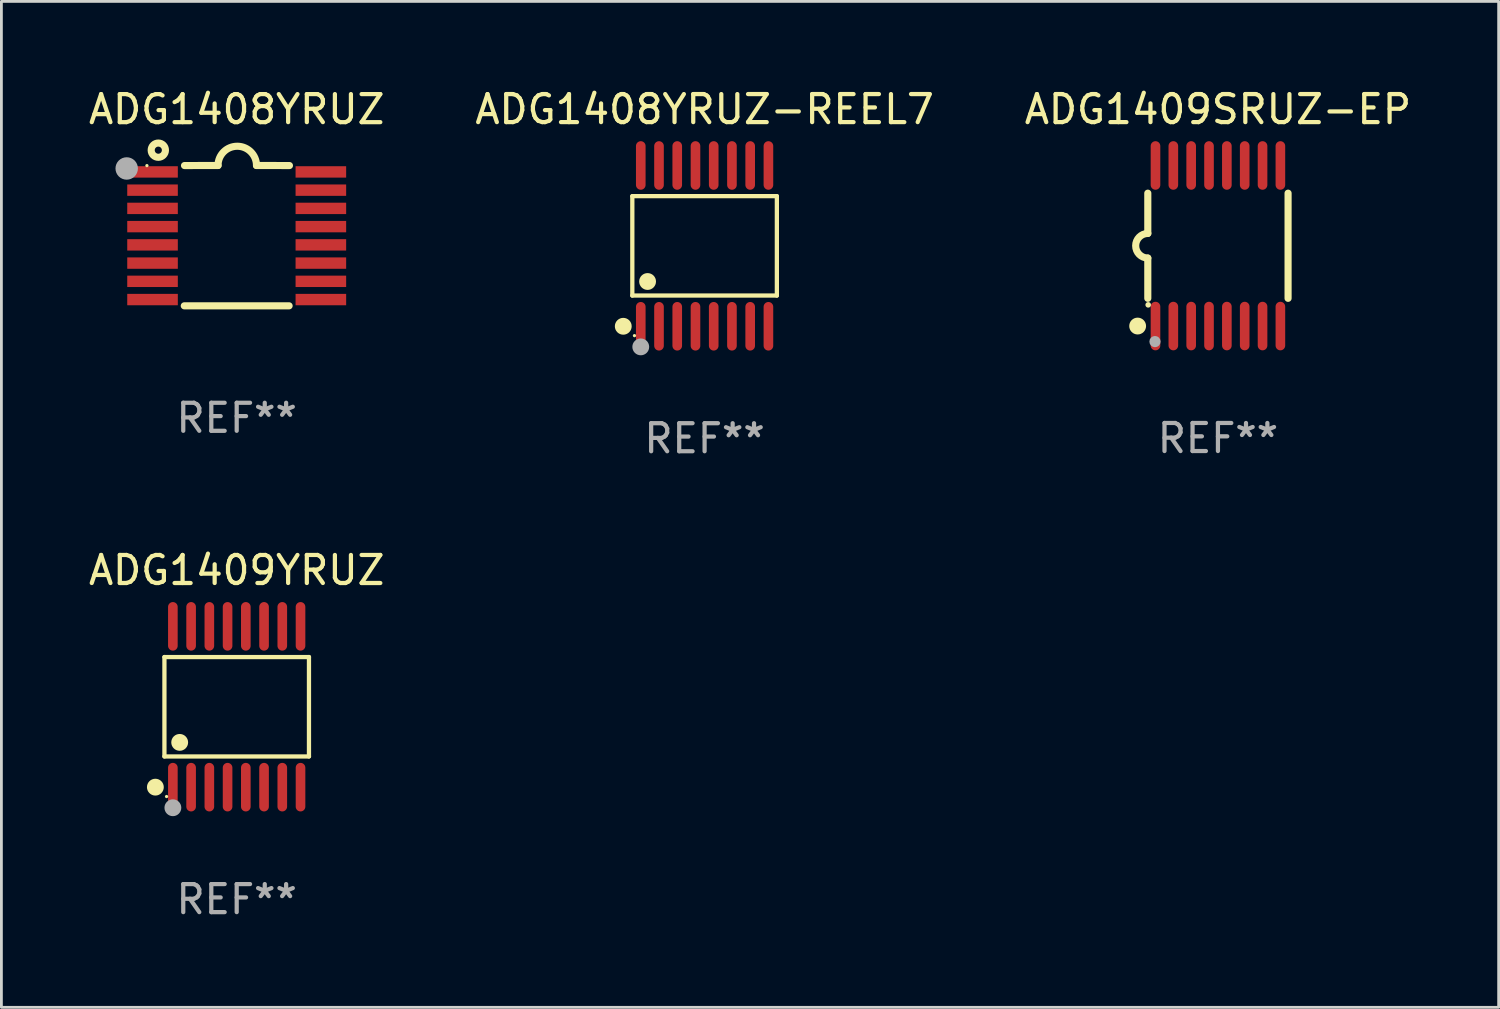
<source format=kicad_pcb>
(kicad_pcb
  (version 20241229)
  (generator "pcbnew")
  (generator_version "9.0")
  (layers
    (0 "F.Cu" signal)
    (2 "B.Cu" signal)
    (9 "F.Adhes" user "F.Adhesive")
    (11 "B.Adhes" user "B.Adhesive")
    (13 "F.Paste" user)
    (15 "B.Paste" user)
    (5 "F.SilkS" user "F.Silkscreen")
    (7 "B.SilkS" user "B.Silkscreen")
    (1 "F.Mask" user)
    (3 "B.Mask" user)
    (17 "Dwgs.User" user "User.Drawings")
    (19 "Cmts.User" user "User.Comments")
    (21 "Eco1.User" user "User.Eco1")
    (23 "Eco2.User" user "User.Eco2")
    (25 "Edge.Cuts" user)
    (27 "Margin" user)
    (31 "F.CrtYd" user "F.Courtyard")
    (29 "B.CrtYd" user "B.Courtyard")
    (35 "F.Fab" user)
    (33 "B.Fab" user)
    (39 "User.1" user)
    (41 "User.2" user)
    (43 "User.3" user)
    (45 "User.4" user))
  (footprint "ADG1409SRUZ-EP"
    (layer "F.Cu")
    (at 40.363 5.71)
    (property "Reference" "ADG1409SRUZ-EP" (at 0 -4.862 0) (layer "F.SilkS") (effects (font (size 1 1) (thickness 0.15))))
    (attr through_hole)
    (fp_line (start -2.5 -1.874) (end -2.5 -0.439) (stroke (width 0.254) (type solid)) (layer "F.SilkS"))
    (fp_line (start -2.5 1.874) (end -2.5 0.439) (stroke (width 0.254) (type solid)) (layer "F.SilkS"))
    (fp_line (start 2.5 -1.874) (end 2.5 1.874) (stroke (width 0.254) (type solid)) (layer "F.SilkS"))
    (fp_arc (start -2.5 0.438989) (mid -2.938633 -0.000597) (end -2.499365 -0.439547) (stroke (width 0.254001) (type solid)) (layer "F.SilkS"))
    (fp_circle (center -2.862 2.862) (end -2.712 2.862) (stroke (width 0.3) (type solid)) (fill no) (layer "F.SilkS"))
    (fp_circle (center -2.486 2.106) (end -2.436 2.106) (stroke (width 0.1) (type solid)) (fill no) (layer "F.SilkS"))
    (fp_circle (center -2.244 3.416) (end -2.144 3.416) (stroke (width 0.2) (type solid)) (fill no) (layer "F.Fab"))
    (fp_text user "REF**" (at 0 6.862 0) (layer "F.Fab") (effects (font (size 1 1) (thickness 0.15))))
    (pad "1" smd oval (at -2.226 2.862) (size 0.343 1.731) (layers "F.Cu" "F.Mask" "F.Paste"))
    (pad "2" smd oval (at -1.59 2.862) (size 0.343 1.731) (layers "F.Cu" "F.Mask" "F.Paste"))
    (pad "3" smd oval (at -0.954 2.862) (size 0.343 1.731) (layers "F.Cu" "F.Mask" "F.Paste"))
    (pad "4" smd oval (at -0.318 2.862) (size 0.343 1.731) (layers "F.Cu" "F.Mask" "F.Paste"))
    (pad "5" smd oval (at 0.318 2.862) (size 0.343 1.731) (layers "F.Cu" "F.Mask" "F.Paste"))
    (pad "6" smd oval (at 0.954 2.862) (size 0.343 1.731) (layers "F.Cu" "F.Mask" "F.Paste"))
    (pad "7" smd oval (at 1.59 2.862) (size 0.343 1.731) (layers "F.Cu" "F.Mask" "F.Paste"))
    (pad "8" smd oval (at 2.226 2.862) (size 0.343 1.731) (layers "F.Cu" "F.Mask" "F.Paste"))
    (pad "9" smd oval (at 2.226 -2.862) (size 0.343 1.731) (layers "F.Cu" "F.Mask" "F.Paste"))
    (pad "10" smd oval (at 1.59 -2.862) (size 0.343 1.731) (layers "F.Cu" "F.Mask" "F.Paste"))
    (pad "11" smd oval (at 0.954 -2.862) (size 0.343 1.731) (layers "F.Cu" "F.Mask" "F.Paste"))
    (pad "12" smd oval (at 0.318 -2.862) (size 0.343 1.731) (layers "F.Cu" "F.Mask" "F.Paste"))
    (pad "13" smd oval (at -0.318 -2.862) (size 0.343 1.731) (layers "F.Cu" "F.Mask" "F.Paste"))
    (pad "14" smd oval (at -0.954 -2.862) (size 0.343 1.731) (layers "F.Cu" "F.Mask" "F.Paste"))
    (pad "15" smd oval (at -1.59 -2.862) (size 0.343 1.731) (layers "F.Cu" "F.Mask" "F.Paste"))
    (pad "16" smd oval (at -2.226 -2.862) (size 0.343 1.731) (layers "F.Cu" "F.Mask" "F.Paste")))
  (footprint "ADG1408YRUZ-REEL7"
    (layer "F.Cu")
    (at 22.065 5.714)
    (property "Reference" "ADG1408YRUZ-REEL7" (at 0 -4.866 0) (layer "F.SilkS") (effects (font (size 1 1) (thickness 0.15))))
    (attr through_hole)
    (fp_line (start -2.576 -1.772) (end 2.576 -1.772) (stroke (width 0.152) (type solid)) (layer "F.SilkS"))
    (fp_line (start -2.576 1.771) (end -2.576 -1.772) (stroke (width 0.152) (type solid)) (layer "F.SilkS"))
    (fp_line (start 2.576 -1.772) (end 2.576 1.771) (stroke (width 0.152) (type solid)) (layer "F.SilkS"))
    (fp_line (start 2.576 1.771) (end -2.576 1.771) (stroke (width 0.152) (type solid)) (layer "F.SilkS"))
    (fp_circle (center -2.899 2.866) (end -2.749 2.866) (stroke (width 0.3) (type solid)) (fill no) (layer "F.SilkS"))
    (fp_circle (center -2.5 3.2) (end -2.47 3.2) (stroke (width 0.06) (type solid)) (fill no) (layer "F.SilkS"))
    (fp_circle (center -2.032 1.27) (end -1.882 1.27) (stroke (width 0.3) (type solid)) (fill no) (layer "F.SilkS"))
    (fp_circle (center -2.275 3.6) (end -2.125 3.6) (stroke (width 0.3) (type solid)) (fill no) (layer "F.Fab"))
    (fp_text user "REF**" (at 0 6.866 0) (layer "F.Fab") (effects (font (size 1 1) (thickness 0.15))))
    (pad "1" smd oval (at -2.275 2.866) (size 0.343 1.731) (layers "F.Cu" "F.Mask" "F.Paste"))
    (pad "2" smd oval (at -1.625 2.866) (size 0.343 1.731) (layers "F.Cu" "F.Mask" "F.Paste"))
    (pad "3" smd oval (at -0.975 2.866) (size 0.343 1.731) (layers "F.Cu" "F.Mask" "F.Paste"))
    (pad "4" smd oval (at -0.325 2.866) (size 0.343 1.731) (layers "F.Cu" "F.Mask" "F.Paste"))
    (pad "5" smd oval (at 0.325 2.866) (size 0.343 1.731) (layers "F.Cu" "F.Mask" "F.Paste"))
    (pad "6" smd oval (at 0.975 2.866) (size 0.343 1.731) (layers "F.Cu" "F.Mask" "F.Paste"))
    (pad "7" smd oval (at 1.625 2.866) (size 0.343 1.731) (layers "F.Cu" "F.Mask" "F.Paste"))
    (pad "8" smd oval (at 2.275 2.866) (size 0.343 1.731) (layers "F.Cu" "F.Mask" "F.Paste"))
    (pad "9" smd oval (at 2.275 -2.866) (size 0.343 1.731) (layers "F.Cu" "F.Mask" "F.Paste"))
    (pad "10" smd oval (at 1.625 -2.866) (size 0.343 1.731) (layers "F.Cu" "F.Mask" "F.Paste"))
    (pad "11" smd oval (at 0.975 -2.866) (size 0.343 1.731) (layers "F.Cu" "F.Mask" "F.Paste"))
    (pad "12" smd oval (at 0.325 -2.866) (size 0.343 1.731) (layers "F.Cu" "F.Mask" "F.Paste"))
    (pad "13" smd oval (at -0.325 -2.866) (size 0.343 1.731) (layers "F.Cu" "F.Mask" "F.Paste"))
    (pad "14" smd oval (at -0.975 -2.866) (size 0.343 1.731) (layers "F.Cu" "F.Mask" "F.Paste"))
    (pad "15" smd oval (at -1.625 -2.866) (size 0.343 1.731) (layers "F.Cu" "F.Mask" "F.Paste"))
    (pad "16" smd oval (at -2.275 -2.866) (size 0.343 1.731) (layers "F.Cu" "F.Mask" "F.Paste")))
  (footprint "ADG1408YRUZ"
    (layer "F.Cu")
    (at 5.387 5.35)
    (property "Reference" "ADG1408YRUZ" (at 0 -4.501 0) (layer "F.SilkS") (effects (font (size 1 1) (thickness 0.15))))
    (attr through_hole)
    (fp_line (start -1.868 2.501) (end 1.868 2.501) (stroke (width 0.254) (type solid)) (layer "F.SilkS"))
    (fp_line (start -1.86 -2.499) (end -0.666 -2.501) (stroke (width 0.254) (type solid)) (layer "F.SilkS"))
    (fp_line (start 0.706 -2.501) (end 1.88 -2.499) (stroke (width 0.254) (type solid)) (layer "F.SilkS"))
    (fp_arc (start -0.665914 -2.501448) (mid 0.019888 -3.18725) (end 0.70569 -2.501448) (stroke (width 0.254001) (type solid)) (layer "F.SilkS"))
    (fp_circle (center -3.2 -2.497) (end -3.17 -2.497) (stroke (width 0.06) (type solid)) (fill no) (layer "F.SilkS"))
    (fp_circle (center -2.794 -3.047) (end -2.54 -3.047) (stroke (width 0.254) (type solid)) (fill no) (layer "F.SilkS"))
    (fp_circle (center -3.921 -2.395) (end -3.721 -2.395) (stroke (width 0.4) (type solid)) (fill no) (layer "F.Fab"))
    (fp_text user "REF**" (at 0 6.501 0) (layer "F.Fab") (effects (font (size 1 1) (thickness 0.15))))
    (pad "1" smd rect (at -3 -2.272) (size 1.803 0.406) (layers "F.Cu" "F.Mask" "F.Paste"))
    (pad "2" smd rect (at -3 -1.622) (size 1.803 0.406) (layers "F.Cu" "F.Mask" "F.Paste"))
    (pad "3" smd rect (at -3 -0.972) (size 1.803 0.406) (layers "F.Cu" "F.Mask" "F.Paste"))
    (pad "4" smd rect (at -3 -0.322) (size 1.803 0.406) (layers "F.Cu" "F.Mask" "F.Paste"))
    (pad "5" smd rect (at -3 0.328) (size 1.803 0.406) (layers "F.Cu" "F.Mask" "F.Paste"))
    (pad "6" smd rect (at -3 0.978) (size 1.803 0.406) (layers "F.Cu" "F.Mask" "F.Paste"))
    (pad "7" smd rect (at -3 1.628) (size 1.803 0.406) (layers "F.Cu" "F.Mask" "F.Paste"))
    (pad "8" smd rect (at -3 2.278) (size 1.803 0.406) (layers "F.Cu" "F.Mask" "F.Paste"))
    (pad "9" smd rect (at 3 2.278) (size 1.803 0.406) (layers "F.Cu" "F.Mask" "F.Paste"))
    (pad "10" smd rect (at 3 1.628) (size 1.803 0.406) (layers "F.Cu" "F.Mask" "F.Paste"))
    (pad "11" smd rect (at 3 0.978) (size 1.803 0.406) (layers "F.Cu" "F.Mask" "F.Paste"))
    (pad "12" smd rect (at 3 0.328) (size 1.803 0.406) (layers "F.Cu" "F.Mask" "F.Paste"))
    (pad "13" smd rect (at 3 -0.322) (size 1.803 0.406) (layers "F.Cu" "F.Mask" "F.Paste"))
    (pad "14" smd rect (at 3 -0.972) (size 1.803 0.406) (layers "F.Cu" "F.Mask" "F.Paste"))
    (pad "15" smd rect (at 3 -1.622) (size 1.803 0.406) (layers "F.Cu" "F.Mask" "F.Paste"))
    (pad "16" smd rect (at 3 -2.272) (size 1.803 0.406) (layers "F.Cu" "F.Mask" "F.Paste")))
  (footprint "ADG1409YRUZ"
    (layer "F.Cu")
    (at 5.387 22.142)
    (property "Reference" "ADG1409YRUZ" (at 0 -4.866 0) (layer "F.SilkS") (effects (font (size 1 1) (thickness 0.15))))
    (attr through_hole)
    (fp_line (start -2.576 -1.772) (end 2.576 -1.772) (stroke (width 0.152) (type solid)) (layer "F.SilkS"))
    (fp_line (start -2.576 1.771) (end -2.576 -1.772) (stroke (width 0.152) (type solid)) (layer "F.SilkS"))
    (fp_line (start 2.576 -1.772) (end 2.576 1.771) (stroke (width 0.152) (type solid)) (layer "F.SilkS"))
    (fp_line (start 2.576 1.771) (end -2.576 1.771) (stroke (width 0.152) (type solid)) (layer "F.SilkS"))
    (fp_circle (center -2.899 2.866) (end -2.749 2.866) (stroke (width 0.3) (type solid)) (fill no) (layer "F.SilkS"))
    (fp_circle (center -2.5 3.2) (end -2.47 3.2) (stroke (width 0.06) (type solid)) (fill no) (layer "F.SilkS"))
    (fp_circle (center -2.032 1.27) (end -1.882 1.27) (stroke (width 0.3) (type solid)) (fill no) (layer "F.SilkS"))
    (fp_circle (center -2.275 3.6) (end -2.125 3.6) (stroke (width 0.3) (type solid)) (fill no) (layer "F.Fab"))
    (fp_text user "REF**" (at 0 6.866 0) (layer "F.Fab") (effects (font (size 1 1) (thickness 0.15))))
    (pad "1" smd oval (at -2.275 2.866) (size 0.343 1.731) (layers "F.Cu" "F.Mask" "F.Paste"))
    (pad "2" smd oval (at -1.625 2.866) (size 0.343 1.731) (layers "F.Cu" "F.Mask" "F.Paste"))
    (pad "3" smd oval (at -0.975 2.866) (size 0.343 1.731) (layers "F.Cu" "F.Mask" "F.Paste"))
    (pad "4" smd oval (at -0.325 2.866) (size 0.343 1.731) (layers "F.Cu" "F.Mask" "F.Paste"))
    (pad "5" smd oval (at 0.325 2.866) (size 0.343 1.731) (layers "F.Cu" "F.Mask" "F.Paste"))
    (pad "6" smd oval (at 0.975 2.866) (size 0.343 1.731) (layers "F.Cu" "F.Mask" "F.Paste"))
    (pad "7" smd oval (at 1.625 2.866) (size 0.343 1.731) (layers "F.Cu" "F.Mask" "F.Paste"))
    (pad "8" smd oval (at 2.275 2.866) (size 0.343 1.731) (layers "F.Cu" "F.Mask" "F.Paste"))
    (pad "9" smd oval (at 2.275 -2.866) (size 0.343 1.731) (layers "F.Cu" "F.Mask" "F.Paste"))
    (pad "10" smd oval (at 1.625 -2.866) (size 0.343 1.731) (layers "F.Cu" "F.Mask" "F.Paste"))
    (pad "11" smd oval (at 0.975 -2.866) (size 0.343 1.731) (layers "F.Cu" "F.Mask" "F.Paste"))
    (pad "12" smd oval (at 0.325 -2.866) (size 0.343 1.731) (layers "F.Cu" "F.Mask" "F.Paste"))
    (pad "13" smd oval (at -0.325 -2.866) (size 0.343 1.731) (layers "F.Cu" "F.Mask" "F.Paste"))
    (pad "14" smd oval (at -0.975 -2.866) (size 0.343 1.731) (layers "F.Cu" "F.Mask" "F.Paste"))
    (pad "15" smd oval (at -1.625 -2.866) (size 0.343 1.731) (layers "F.Cu" "F.Mask" "F.Paste"))
    (pad "16" smd oval (at -2.275 -2.866) (size 0.343 1.731) (layers "F.Cu" "F.Mask" "F.Paste")))
  (gr_rect
    (start -3 -3)
    (end 50.369 32.856)
    (stroke (width 0.1) (type default))
    (fill no)
    (layer "Edge.Cuts")))
</source>
